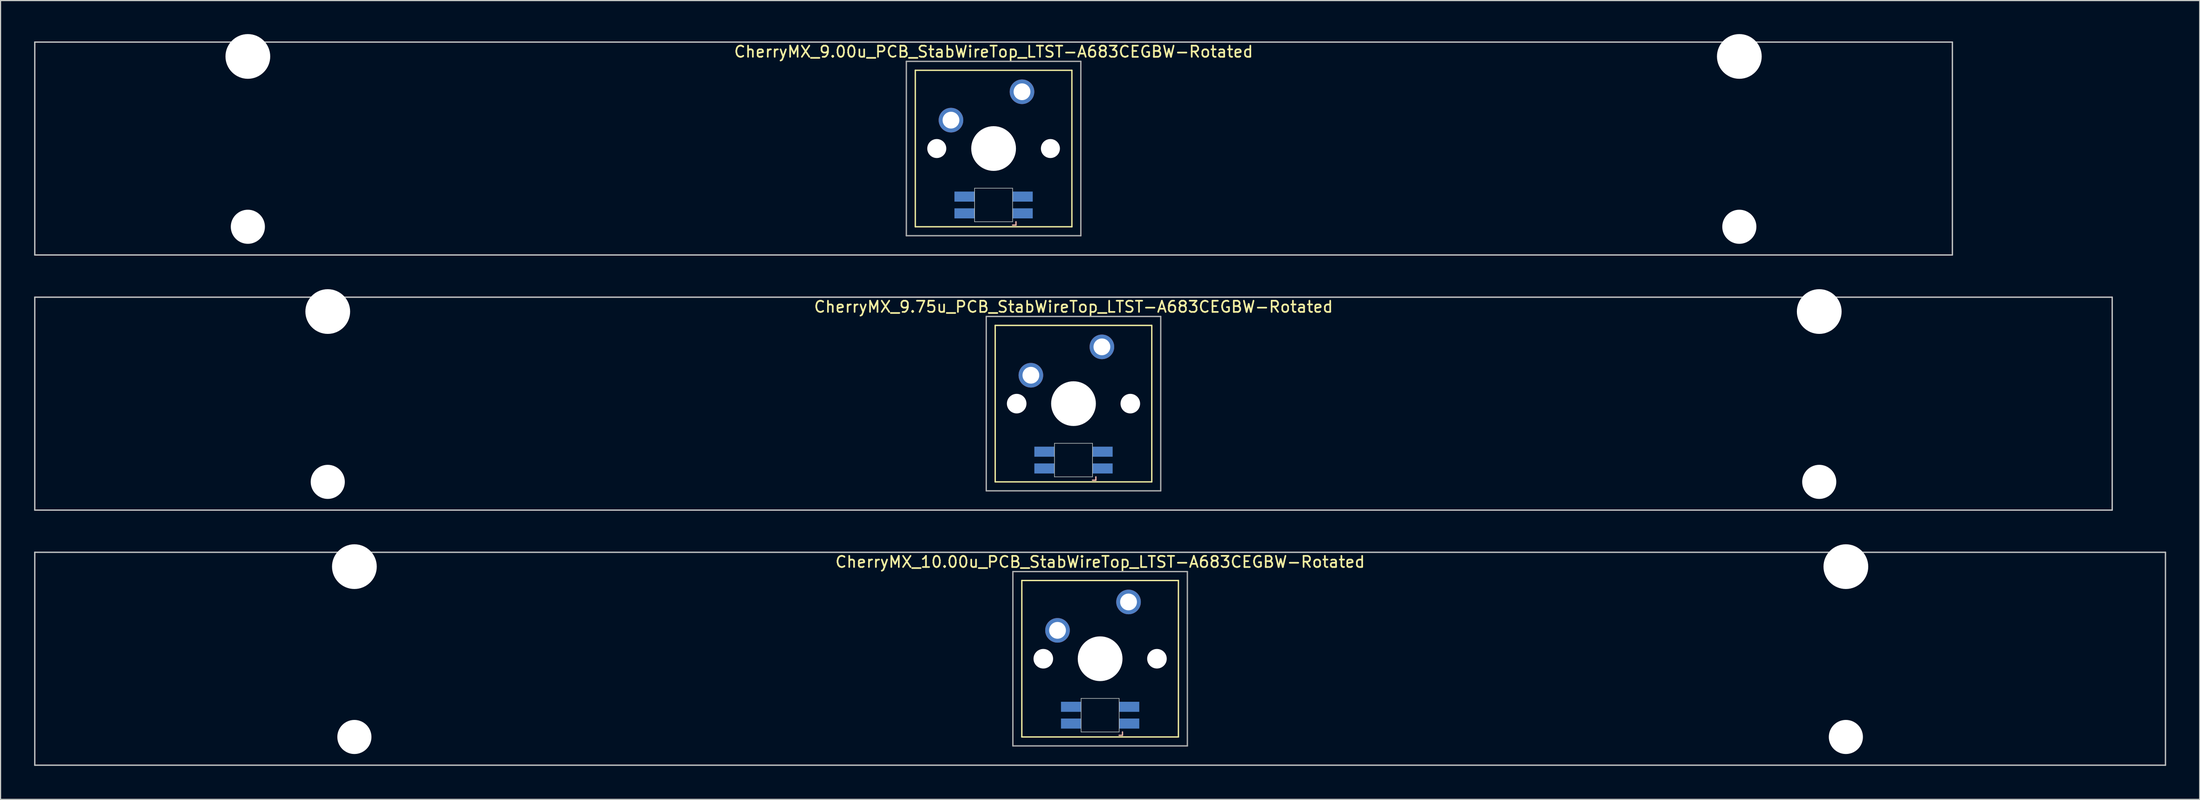
<source format=kicad_pcb>
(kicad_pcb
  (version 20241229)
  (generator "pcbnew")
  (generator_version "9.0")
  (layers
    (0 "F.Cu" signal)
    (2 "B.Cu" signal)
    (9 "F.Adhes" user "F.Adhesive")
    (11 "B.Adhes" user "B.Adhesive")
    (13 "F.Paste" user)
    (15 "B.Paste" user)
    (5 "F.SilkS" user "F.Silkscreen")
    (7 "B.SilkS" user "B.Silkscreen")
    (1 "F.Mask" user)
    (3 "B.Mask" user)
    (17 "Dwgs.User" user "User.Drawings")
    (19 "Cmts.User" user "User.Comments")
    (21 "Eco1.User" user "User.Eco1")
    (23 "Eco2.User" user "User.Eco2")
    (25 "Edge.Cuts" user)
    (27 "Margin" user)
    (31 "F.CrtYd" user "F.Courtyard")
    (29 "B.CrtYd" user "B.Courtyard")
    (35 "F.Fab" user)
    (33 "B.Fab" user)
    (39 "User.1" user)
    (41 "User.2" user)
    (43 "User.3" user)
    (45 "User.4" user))
  (footprint "CherryMX_10.00u_PCB_StabWireTop_LTST-A683CEGBW-Rotated"
    (layer "F.Cu")
    (at 95.31 55.89)
    (property "Reference" "CherryMX_10.00u_PCB_StabWireTop_LTST-A683CEGBW-Rotated" (at 0 -8.662 0) (layer "F.SilkS") (effects (font (size 1 1) (thickness 0.15))))
    (attr through_hole)
    (fp_line (start -7 -7) (end -7 7) (stroke (width 0.12) (type solid)) (layer "F.SilkS"))
    (fp_line (start -7 -7) (end 7 -7) (stroke (width 0.12) (type solid)) (layer "F.SilkS"))
    (fp_line (start 7 -7) (end 7 7) (stroke (width 0.12) (type solid)) (layer "F.SilkS"))
    (fp_line (start 7 7) (end -7 7) (stroke (width 0.12) (type solid)) (layer "F.SilkS"))
    (fp_line (start 1.7 6.85) (end 2 6.85) (stroke (width 0.12) (type solid)) (layer "B.SilkS"))
    (fp_line (start 2 6.85) (end 2 6.55) (stroke (width 0.12) (type solid)) (layer "B.SilkS"))
    (fp_line (start -95.25 -9.525) (end 95.25 -9.525) (stroke (width 0.12) (type solid)) (layer "Dwgs.User"))
    (fp_line (start -95.25 9.525) (end -95.25 -9.525) (stroke (width 0.12) (type solid)) (layer "Dwgs.User"))
    (fp_line (start 95.25 -9.525) (end 95.25 9.525) (stroke (width 0.12) (type solid)) (layer "Dwgs.User"))
    (fp_line (start 95.25 9.525) (end -95.25 9.525) (stroke (width 0.12) (type solid)) (layer "Dwgs.User"))
    (fp_line (start -1.7 3.55) (end 1.7 3.55) (stroke (width 0.05) (type solid)) (layer "Edge.Cuts"))
    (fp_line (start -1.7 6.55) (end -1.7 3.55) (stroke (width 0.05) (type solid)) (layer "Edge.Cuts"))
    (fp_line (start 1.7 3.55) (end 1.7 6.55) (stroke (width 0.05) (type solid)) (layer "Edge.Cuts"))
    (fp_line (start 1.7 6.55) (end -1.7 6.55) (stroke (width 0.05) (type solid)) (layer "Edge.Cuts"))
    (fp_line (start -7.8 -7.8) (end -7.8 7.8) (stroke (width 0.12) (type solid)) (layer "F.Fab"))
    (fp_line (start -7.8 -7.8) (end 7.8 -7.8) (stroke (width 0.12) (type solid)) (layer "F.Fab"))
    (fp_line (start -7.8 7.8) (end 7.8 7.8) (stroke (width 0.12) (type solid)) (layer "F.Fab"))
    (fp_line (start 7.8 -7.8) (end 7.8 7.8) (stroke (width 0.12) (type solid)) (layer "F.Fab"))
    (pad "" np_thru_hole circle (at -66.675 -8.24) (size 4 4) (drill 4) (layers "*.Cu" "*.Mask"))
    (pad "" np_thru_hole circle (at -66.675 7) (size 3.05 3.05) (drill 3.05) (layers "*.Cu" "*.Mask"))
    (pad "" np_thru_hole circle (at -5.08 0) (size 1.75 1.75) (drill 1.75) (layers "*.Cu" "*.Mask"))
    (pad "" np_thru_hole circle (at 0 0) (size 4 4) (drill 4) (layers "*.Cu" "*.Mask"))
    (pad "" np_thru_hole circle (at 5.08 0) (size 1.75 1.75) (drill 1.75) (layers "*.Cu" "*.Mask"))
    (pad "" np_thru_hole circle (at 66.675 -8.24) (size 4 4) (drill 4) (layers "*.Cu" "*.Mask"))
    (pad "" np_thru_hole circle (at 66.675 7) (size 3.05 3.05) (drill 3.05) (layers "*.Cu" "*.Mask"))
    (pad "1" thru_hole circle (at -3.81 -2.54) (size 2.2 2.2) (drill 1.5) (layers "*.Cu" "*.Mask"))
    (pad "2" thru_hole circle (at 2.54 -5.08) (size 2.2 2.2) (drill 1.5) (layers "*.Cu" "*.Mask"))
    (pad "3" smd rect (at 2.6 5.8 180) (size 1.8 0.9) (layers "B.Cu" "B.Mask" "B.Paste"))
    (pad "4" smd rect (at 2.6 4.3 180) (size 1.8 0.9) (layers "B.Cu" "B.Mask" "B.Paste"))
    (pad "5" smd rect (at -2.6 5.8 180) (size 1.8 0.9) (layers "B.Cu" "B.Mask" "B.Paste"))
    (pad "6" smd rect (at -2.6 4.3 180) (size 1.8 0.9) (layers "B.Cu" "B.Mask" "B.Paste")))
  (footprint "CherryMX_9.75u_PCB_StabWireTop_LTST-A683CEGBW-Rotated"
    (layer "F.Cu")
    (at 92.929 33.065)
    (property "Reference" "CherryMX_9.75u_PCB_StabWireTop_LTST-A683CEGBW-Rotated" (at 0 -8.662 0) (layer "F.SilkS") (effects (font (size 1 1) (thickness 0.15))))
    (attr through_hole)
    (fp_line (start -7 -7) (end -7 7) (stroke (width 0.12) (type solid)) (layer "F.SilkS"))
    (fp_line (start -7 -7) (end 7 -7) (stroke (width 0.12) (type solid)) (layer "F.SilkS"))
    (fp_line (start 7 -7) (end 7 7) (stroke (width 0.12) (type solid)) (layer "F.SilkS"))
    (fp_line (start 7 7) (end -7 7) (stroke (width 0.12) (type solid)) (layer "F.SilkS"))
    (fp_line (start 1.7 6.85) (end 2 6.85) (stroke (width 0.12) (type solid)) (layer "B.SilkS"))
    (fp_line (start 2 6.85) (end 2 6.55) (stroke (width 0.12) (type solid)) (layer "B.SilkS"))
    (fp_line (start -92.869 -9.525) (end 92.869 -9.525) (stroke (width 0.12) (type solid)) (layer "Dwgs.User"))
    (fp_line (start -92.869 9.525) (end -92.869 -9.525) (stroke (width 0.12) (type solid)) (layer "Dwgs.User"))
    (fp_line (start 92.869 -9.525) (end 92.869 9.525) (stroke (width 0.12) (type solid)) (layer "Dwgs.User"))
    (fp_line (start 92.869 9.525) (end -92.869 9.525) (stroke (width 0.12) (type solid)) (layer "Dwgs.User"))
    (fp_line (start -1.7 3.55) (end 1.7 3.55) (stroke (width 0.05) (type solid)) (layer "Edge.Cuts"))
    (fp_line (start -1.7 6.55) (end -1.7 3.55) (stroke (width 0.05) (type solid)) (layer "Edge.Cuts"))
    (fp_line (start 1.7 3.55) (end 1.7 6.55) (stroke (width 0.05) (type solid)) (layer "Edge.Cuts"))
    (fp_line (start 1.7 6.55) (end -1.7 6.55) (stroke (width 0.05) (type solid)) (layer "Edge.Cuts"))
    (fp_line (start -7.8 -7.8) (end -7.8 7.8) (stroke (width 0.12) (type solid)) (layer "F.Fab"))
    (fp_line (start -7.8 -7.8) (end 7.8 -7.8) (stroke (width 0.12) (type solid)) (layer "F.Fab"))
    (fp_line (start -7.8 7.8) (end 7.8 7.8) (stroke (width 0.12) (type solid)) (layer "F.Fab"))
    (fp_line (start 7.8 -7.8) (end 7.8 7.8) (stroke (width 0.12) (type solid)) (layer "F.Fab"))
    (pad "" np_thru_hole circle (at -66.675 -8.24) (size 4 4) (drill 4) (layers "*.Cu" "*.Mask"))
    (pad "" np_thru_hole circle (at -66.675 7) (size 3.05 3.05) (drill 3.05) (layers "*.Cu" "*.Mask"))
    (pad "" np_thru_hole circle (at -5.08 0) (size 1.75 1.75) (drill 1.75) (layers "*.Cu" "*.Mask"))
    (pad "" np_thru_hole circle (at 0 0) (size 4 4) (drill 4) (layers "*.Cu" "*.Mask"))
    (pad "" np_thru_hole circle (at 5.08 0) (size 1.75 1.75) (drill 1.75) (layers "*.Cu" "*.Mask"))
    (pad "" np_thru_hole circle (at 66.675 -8.24) (size 4 4) (drill 4) (layers "*.Cu" "*.Mask"))
    (pad "" np_thru_hole circle (at 66.675 7) (size 3.05 3.05) (drill 3.05) (layers "*.Cu" "*.Mask"))
    (pad "1" thru_hole circle (at -3.81 -2.54) (size 2.2 2.2) (drill 1.5) (layers "*.Cu" "*.Mask"))
    (pad "2" thru_hole circle (at 2.54 -5.08) (size 2.2 2.2) (drill 1.5) (layers "*.Cu" "*.Mask"))
    (pad "3" smd rect (at 2.6 5.8) (size 1.8 0.9) (layers "B.Cu" "B.Mask" "B.Paste"))
    (pad "4" smd rect (at 2.6 4.3) (size 1.8 0.9) (layers "B.Cu" "B.Mask" "B.Paste"))
    (pad "5" smd rect (at -2.6 5.8) (size 1.8 0.9) (layers "B.Cu" "B.Mask" "B.Paste"))
    (pad "6" smd rect (at -2.6 4.3) (size 1.8 0.9) (layers "B.Cu" "B.Mask" "B.Paste")))
  (footprint "CherryMX_9.00u_PCB_StabWireTop_LTST-A683CEGBW-Rotated"
    (layer "F.Cu")
    (at 85.785 10.24)
    (property "Reference" "CherryMX_9.00u_PCB_StabWireTop_LTST-A683CEGBW-Rotated" (at 0 -8.662 0) (layer "F.SilkS") (effects (font (size 1 1) (thickness 0.15))))
    (attr through_hole)
    (fp_line (start -7 -7) (end -7 7) (stroke (width 0.12) (type solid)) (layer "F.SilkS"))
    (fp_line (start -7 -7) (end 7 -7) (stroke (width 0.12) (type solid)) (layer "F.SilkS"))
    (fp_line (start 7 -7) (end 7 7) (stroke (width 0.12) (type solid)) (layer "F.SilkS"))
    (fp_line (start 7 7) (end -7 7) (stroke (width 0.12) (type solid)) (layer "F.SilkS"))
    (fp_line (start 1.7 6.85) (end 2 6.85) (stroke (width 0.12) (type solid)) (layer "B.SilkS"))
    (fp_line (start 2 6.85) (end 2 6.55) (stroke (width 0.12) (type solid)) (layer "B.SilkS"))
    (fp_line (start -85.725 -9.525) (end 85.725 -9.525) (stroke (width 0.12) (type solid)) (layer "Dwgs.User"))
    (fp_line (start -85.725 9.525) (end -85.725 -9.525) (stroke (width 0.12) (type solid)) (layer "Dwgs.User"))
    (fp_line (start 85.725 -9.525) (end 85.725 9.525) (stroke (width 0.12) (type solid)) (layer "Dwgs.User"))
    (fp_line (start 85.725 9.525) (end -85.725 9.525) (stroke (width 0.12) (type solid)) (layer "Dwgs.User"))
    (fp_line (start -1.7 3.55) (end 1.7 3.55) (stroke (width 0.05) (type solid)) (layer "Edge.Cuts"))
    (fp_line (start -1.7 6.55) (end -1.7 3.55) (stroke (width 0.05) (type solid)) (layer "Edge.Cuts"))
    (fp_line (start 1.7 3.55) (end 1.7 6.55) (stroke (width 0.05) (type solid)) (layer "Edge.Cuts"))
    (fp_line (start 1.7 6.55) (end -1.7 6.55) (stroke (width 0.05) (type solid)) (layer "Edge.Cuts"))
    (fp_line (start -7.8 -7.8) (end -7.8 7.8) (stroke (width 0.12) (type solid)) (layer "F.Fab"))
    (fp_line (start -7.8 -7.8) (end 7.8 -7.8) (stroke (width 0.12) (type solid)) (layer "F.Fab"))
    (fp_line (start -7.8 7.8) (end 7.8 7.8) (stroke (width 0.12) (type solid)) (layer "F.Fab"))
    (fp_line (start 7.8 -7.8) (end 7.8 7.8) (stroke (width 0.12) (type solid)) (layer "F.Fab"))
    (pad "" np_thru_hole circle (at -66.675 -8.24) (size 4 4) (drill 4) (layers "*.Cu" "*.Mask"))
    (pad "" np_thru_hole circle (at -66.675 7) (size 3.05 3.05) (drill 3.05) (layers "*.Cu" "*.Mask"))
    (pad "" np_thru_hole circle (at -5.08 0) (size 1.7 1.7) (drill 1.7) (layers "*.Cu" "*.Mask"))
    (pad "" np_thru_hole circle (at 0 0) (size 4 4) (drill 4) (layers "*.Cu" "*.Mask"))
    (pad "" np_thru_hole circle (at 5.08 0) (size 1.7 1.7) (drill 1.7) (layers "*.Cu" "*.Mask"))
    (pad "" np_thru_hole circle (at 66.675 -8.24) (size 4 4) (drill 4) (layers "*.Cu" "*.Mask"))
    (pad "" np_thru_hole circle (at 66.675 7) (size 3.05 3.05) (drill 3.05) (layers "*.Cu" "*.Mask"))
    (pad "1" thru_hole circle (at -3.81 -2.54) (size 2.2 2.2) (drill 1.5) (layers "*.Cu" "*.Mask"))
    (pad "2" thru_hole circle (at 2.54 -5.08) (size 2.2 2.2) (drill 1.5) (layers "*.Cu" "*.Mask"))
    (pad "3" smd rect (at 2.6 5.8 180) (size 1.8 0.9) (layers "B.Cu" "B.Mask" "B.Paste"))
    (pad "4" smd rect (at 2.6 4.3 180) (size 1.8 0.9) (layers "B.Cu" "B.Mask" "B.Paste"))
    (pad "5" smd rect (at -2.6 5.8 180) (size 1.8 0.9) (layers "B.Cu" "B.Mask" "B.Paste"))
    (pad "6" smd rect (at -2.6 4.3 180) (size 1.8 0.9) (layers "B.Cu" "B.Mask" "B.Paste")))
  (gr_rect
    (start -3 -3)
    (end 193.62 68.475)
    (stroke (width 0.1) (type default))
    (fill no)
    (layer "Edge.Cuts")))
</source>
